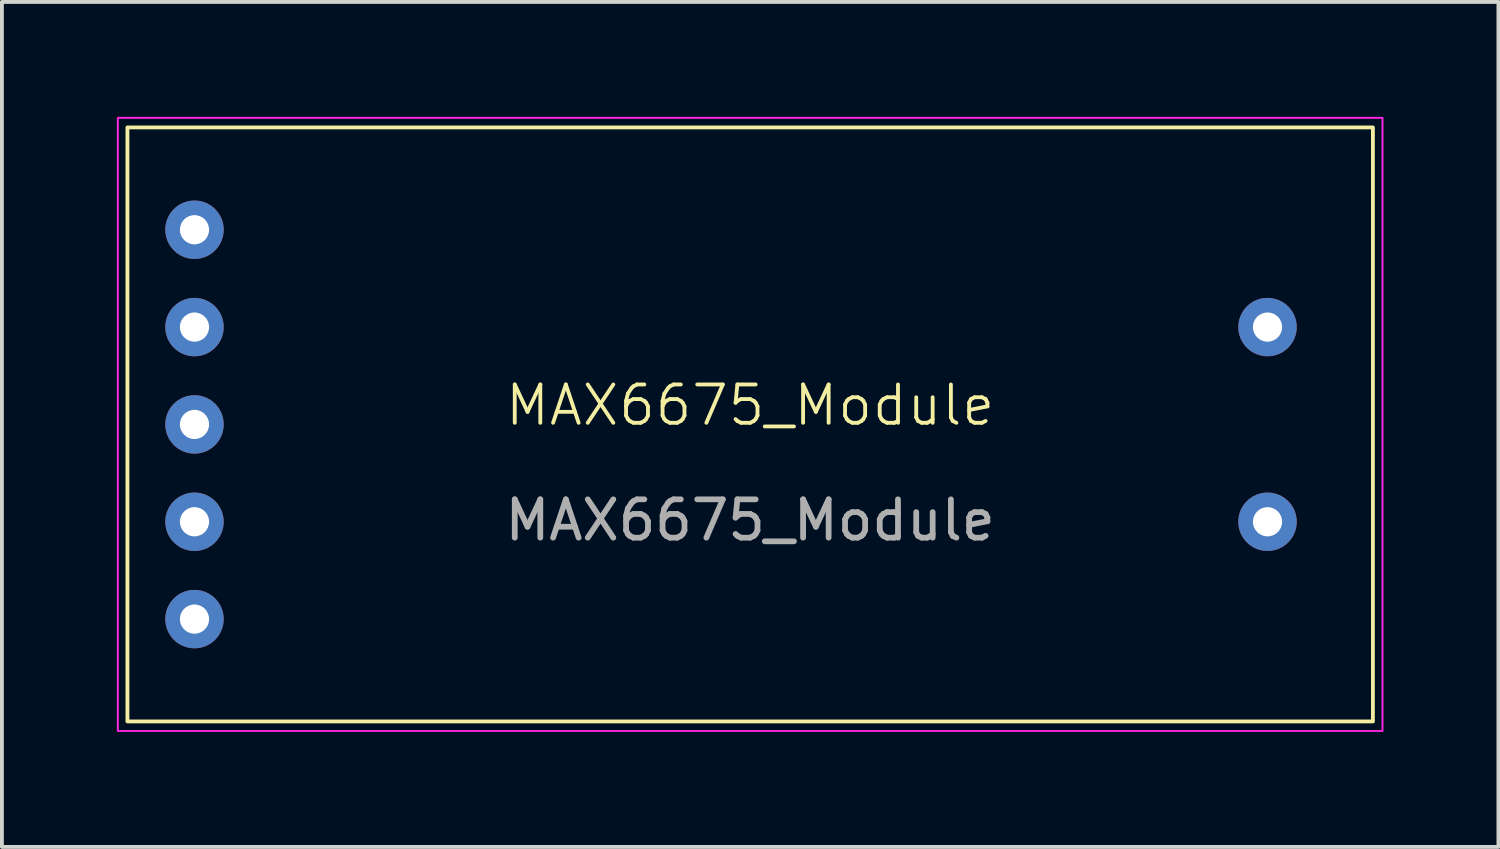
<source format=kicad_pcb>
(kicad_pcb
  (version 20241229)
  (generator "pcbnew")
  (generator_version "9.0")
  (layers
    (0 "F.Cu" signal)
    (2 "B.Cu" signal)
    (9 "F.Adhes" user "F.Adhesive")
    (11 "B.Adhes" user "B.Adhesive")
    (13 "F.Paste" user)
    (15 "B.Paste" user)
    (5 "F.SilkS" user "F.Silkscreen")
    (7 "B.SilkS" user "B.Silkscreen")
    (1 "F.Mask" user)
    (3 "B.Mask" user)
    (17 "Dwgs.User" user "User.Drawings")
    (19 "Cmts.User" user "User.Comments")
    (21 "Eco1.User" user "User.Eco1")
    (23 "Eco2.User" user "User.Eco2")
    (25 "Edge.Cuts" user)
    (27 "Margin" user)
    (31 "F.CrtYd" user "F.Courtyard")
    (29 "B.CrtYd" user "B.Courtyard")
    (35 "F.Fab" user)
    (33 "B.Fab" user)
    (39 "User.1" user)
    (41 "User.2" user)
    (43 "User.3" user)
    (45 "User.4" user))
  (footprint "MAX6675_Module"
    (layer "F.Cu")
    (at 16.525 8.025)
    (property "Reference" "MAX6675_Module" (at 0 -0.5 0) (unlocked yes) (layer "F.SilkS") (effects (font (size 1 1) (thickness 0.1))))
    (attr through_hole)
    (fp_rect (start -16.25 -7.75) (end 16.25 7.75) (stroke (width 0.1) (type default)) (fill no) (layer "F.SilkS"))
    (fp_rect (start -16 -7.5) (end 16 7.5) (stroke (width 0.1) (type default)) (fill no) (layer "F.Paste"))
    (fp_rect (start -16.5 -8) (end 16.5 8) (stroke (width 0.05) (type default)) (fill no) (layer "F.CrtYd"))
    (fp_text user "${REFERENCE}" (at 0 2.5 0) (unlocked yes) (layer "F.Fab") (effects (font (size 1 1) (thickness 0.15))))
    (pad "1" thru_hole circle (at -14.5 -5.08) (size 1.524 1.524) (drill 0.762) (layers "*.Cu" "*.Mask"))
    (pad "2" thru_hole circle (at 13.5 2.54) (size 1.524 1.524) (drill 0.762) (layers "*.Cu" "*.Mask"))
    (pad "3" thru_hole circle (at 13.5 -2.54) (size 1.524 1.524) (drill 0.762) (layers "*.Cu" "*.Mask"))
    (pad "4" thru_hole circle (at -14.5 -2.54) (size 1.524 1.524) (drill 0.762) (layers "*.Cu" "*.Mask"))
    (pad "5" thru_hole circle (at -14.5 0) (size 1.524 1.524) (drill 0.762) (layers "*.Cu" "*.Mask"))
    (pad "6" thru_hole circle (at -14.5 2.54) (size 1.524 1.524) (drill 0.762) (layers "*.Cu" "*.Mask"))
    (pad "7" thru_hole circle (at -14.5 5.08) (size 1.524 1.524) (drill 0.762) (layers "*.Cu" "*.Mask")))
  (gr_rect
    (start -3 -3)
    (end 36.05 19.05)
    (stroke (width 0.1) (type default))
    (fill no)
    (layer "Edge.Cuts")))
</source>
